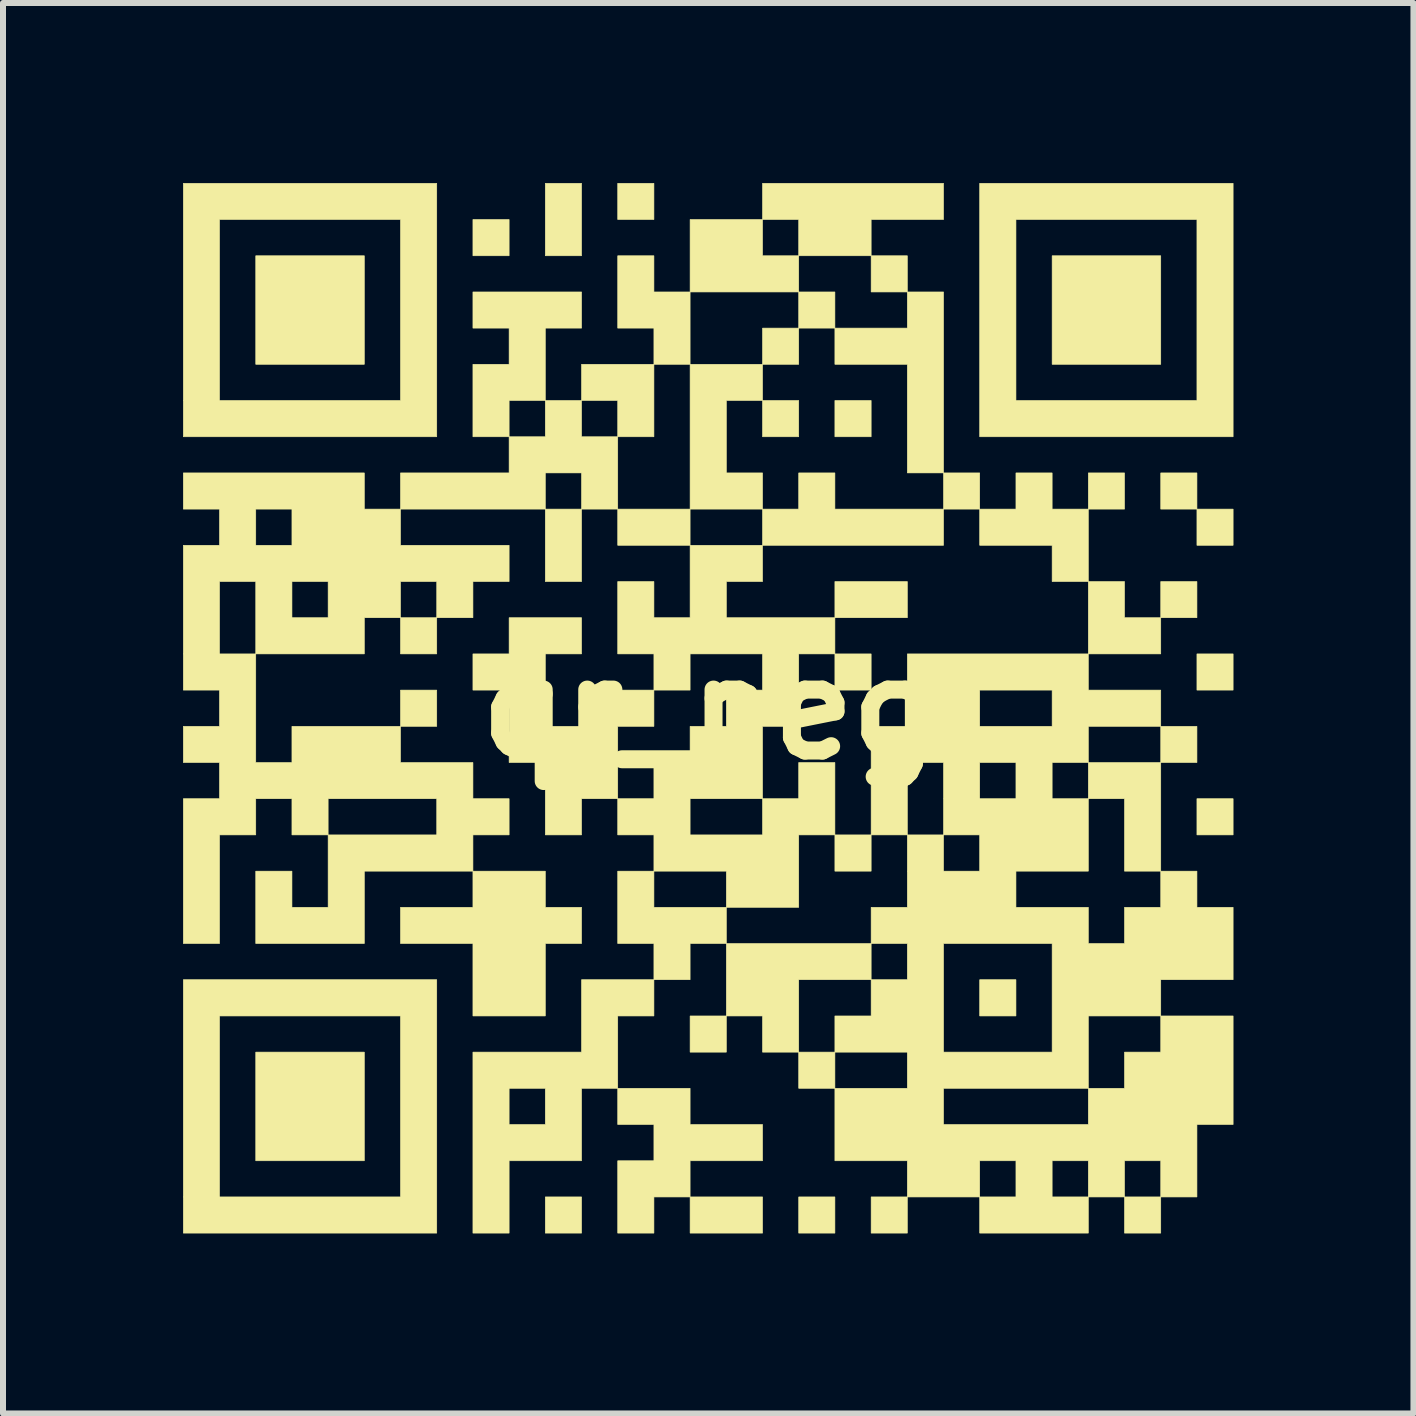
<source format=kicad_pcb>
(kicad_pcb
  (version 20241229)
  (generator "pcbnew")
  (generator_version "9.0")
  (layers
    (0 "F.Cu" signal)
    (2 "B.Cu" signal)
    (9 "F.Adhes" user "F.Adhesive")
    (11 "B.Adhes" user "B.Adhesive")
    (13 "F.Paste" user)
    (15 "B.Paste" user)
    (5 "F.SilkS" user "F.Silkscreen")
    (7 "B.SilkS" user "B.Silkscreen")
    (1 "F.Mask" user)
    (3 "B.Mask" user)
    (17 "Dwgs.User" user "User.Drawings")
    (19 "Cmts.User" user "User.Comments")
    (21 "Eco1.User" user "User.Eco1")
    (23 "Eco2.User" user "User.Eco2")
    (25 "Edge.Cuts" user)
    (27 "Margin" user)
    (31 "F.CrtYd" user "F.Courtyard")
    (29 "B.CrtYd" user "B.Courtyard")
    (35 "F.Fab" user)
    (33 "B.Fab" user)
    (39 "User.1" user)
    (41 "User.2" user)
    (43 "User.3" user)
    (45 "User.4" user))
  (footprint "qr_neg"
    (layer "F.Cu")
    (at 8.768 8.768)
    (property "Reference" "qr_neg" (at 0 0 0) (layer "F.SilkS") (effects (font (size 1.524 1.524) (thickness 0.3))))
    (attr through_hole)
    (fp_poly (pts (xy -5.747 -5.747) (xy -7.556 -5.747) (xy -7.556 -7.556) (xy -5.747 -7.556) (xy -5.747 -5.747)) (stroke (width 0.01) (type solid)) (fill yes) (layer "F.SilkS"))
    (fp_poly (pts (xy -5.747 7.525) (xy -7.556 7.525) (xy -7.556 5.715) (xy -5.747 5.715) (xy -5.747 7.525)) (stroke (width 0.01) (type solid)) (fill yes) (layer "F.SilkS"))
    (fp_poly (pts (xy -5.144 -0.318) (xy -4.54 -0.318) (xy -4.54 0.286) (xy -5.144 0.286) (xy -5.144 -0.318)) (stroke (width 0.01) (type solid)) (fill yes) (layer "F.SilkS"))
    (fp_poly (pts (xy -3.334 -7.556) (xy -3.937 -7.556) (xy -3.937 -8.16) (xy -3.334 -8.16) (xy -3.334 -7.556)) (stroke (width 0.01) (type solid)) (fill yes) (layer "F.SilkS"))
    (fp_poly (pts (xy -2.127 -7.556) (xy -2.731 -7.556) (xy -2.731 -8.763) (xy -2.127 -8.763) (xy -2.127 -7.556)) (stroke (width 0.01) (type solid)) (fill yes) (layer "F.SilkS"))
    (fp_poly (pts (xy -2.127 8.731) (xy -2.731 8.731) (xy -2.731 8.128) (xy -2.127 8.128) (xy -2.127 8.731)) (stroke (width 0.01) (type solid)) (fill yes) (layer "F.SilkS"))
    (fp_poly (pts (xy -1.524 -2.731) (xy -1.524 -3.334) (xy -0.318 -3.334) (xy -0.318 -2.731) (xy -1.524 -2.731)) (stroke (width 0.01) (type solid)) (fill yes) (layer "F.SilkS"))
    (fp_poly (pts (xy -0.921 -8.16) (xy -1.524 -8.16) (xy -1.524 -8.763) (xy -0.921 -8.763) (xy -0.921 -8.16)) (stroke (width 0.01) (type solid)) (fill yes) (layer "F.SilkS"))
    (fp_poly (pts (xy 0.286 5.715) (xy -0.318 5.715) (xy -0.318 5.112) (xy 0.286 5.112) (xy 0.286 5.715)) (stroke (width 0.01) (type solid)) (fill yes) (layer "F.SilkS"))
    (fp_poly (pts (xy 0.889 -6.35) (xy 1.492 -6.35) (xy 1.492 -5.747) (xy 0.889 -5.747) (xy 0.889 -6.35)) (stroke (width 0.01) (type solid)) (fill yes) (layer "F.SilkS"))
    (fp_poly (pts (xy 0.889 8.731) (xy -0.318 8.731) (xy -0.318 8.128) (xy 0.889 8.128) (xy 0.889 8.731)) (stroke (width 0.01) (type solid)) (fill yes) (layer "F.SilkS"))
    (fp_poly (pts (xy 1.492 -6.953) (xy 2.095 -6.953) (xy 2.095 -6.35) (xy 1.492 -6.35) (xy 1.492 -6.953)) (stroke (width 0.01) (type solid)) (fill yes) (layer "F.SilkS"))
    (fp_poly (pts (xy 1.492 -4.54) (xy 0.889 -4.54) (xy 0.889 -5.144) (xy 1.492 -5.144) (xy 1.492 -4.54)) (stroke (width 0.01) (type solid)) (fill yes) (layer "F.SilkS"))
    (fp_poly (pts (xy 2.095 8.731) (xy 1.492 8.731) (xy 1.492 8.128) (xy 2.095 8.128) (xy 2.095 8.731)) (stroke (width 0.01) (type solid)) (fill yes) (layer "F.SilkS"))
    (fp_poly (pts (xy 2.699 -6.953) (xy 2.699 -7.556) (xy 3.302 -7.556) (xy 3.302 -6.953) (xy 2.699 -6.953)) (stroke (width 0.01) (type solid)) (fill yes) (layer "F.SilkS"))
    (fp_poly (pts (xy 2.699 -4.54) (xy 2.095 -4.54) (xy 2.095 -5.144) (xy 2.699 -5.144) (xy 2.699 -4.54)) (stroke (width 0.01) (type solid)) (fill yes) (layer "F.SilkS"))
    (fp_poly (pts (xy 2.699 -0.318) (xy 2.095 -0.318) (xy 2.095 -0.921) (xy 2.699 -0.921) (xy 2.699 -0.318)) (stroke (width 0.01) (type solid)) (fill yes) (layer "F.SilkS"))
    (fp_poly (pts (xy 2.699 2.699) (xy 2.095 2.699) (xy 2.095 2.095) (xy 2.699 2.095) (xy 2.699 2.699)) (stroke (width 0.01) (type solid)) (fill yes) (layer "F.SilkS"))
    (fp_poly (pts (xy 3.302 -1.524) (xy 2.095 -1.524) (xy 2.095 -2.127) (xy 3.302 -2.127) (xy 3.302 -1.524)) (stroke (width 0.01) (type solid)) (fill yes) (layer "F.SilkS"))
    (fp_poly (pts (xy 3.302 8.731) (xy 2.699 8.731) (xy 2.699 8.128) (xy 3.302 8.128) (xy 3.302 8.731)) (stroke (width 0.01) (type solid)) (fill yes) (layer "F.SilkS"))
    (fp_poly (pts (xy 3.905 -3.334) (xy 3.905 -3.937) (xy 4.508 -3.937) (xy 4.508 -3.334) (xy 3.905 -3.334)) (stroke (width 0.01) (type solid)) (fill yes) (layer "F.SilkS"))
    (fp_poly (pts (xy 5.112 5.112) (xy 4.508 5.112) (xy 4.508 4.508) (xy 5.112 4.508) (xy 5.112 5.112)) (stroke (width 0.01) (type solid)) (fill yes) (layer "F.SilkS"))
    (fp_poly (pts (xy 6.318 -3.937) (xy 6.921 -3.937) (xy 6.921 -3.334) (xy 6.318 -3.334) (xy 6.318 -3.937)) (stroke (width 0.01) (type solid)) (fill yes) (layer "F.SilkS"))
    (fp_poly (pts (xy 7.525 -5.747) (xy 5.715 -5.747) (xy 5.715 -7.556) (xy 7.525 -7.556) (xy 7.525 -5.747)) (stroke (width 0.01) (type solid)) (fill yes) (layer "F.SilkS"))
    (fp_poly (pts (xy 7.525 -3.334) (xy 7.525 -3.937) (xy 8.128 -3.937) (xy 8.128 -3.334) (xy 7.525 -3.334)) (stroke (width 0.01) (type solid)) (fill yes) (layer "F.SilkS"))
    (fp_poly (pts (xy 7.525 -2.127) (xy 8.128 -2.127) (xy 8.128 -1.524) (xy 7.525 -1.524) (xy 7.525 -2.127)) (stroke (width 0.01) (type solid)) (fill yes) (layer "F.SilkS"))
    (fp_poly (pts (xy 7.525 0.286) (xy 8.128 0.286) (xy 8.128 0.889) (xy 7.525 0.889) (xy 7.525 0.286)) (stroke (width 0.01) (type solid)) (fill yes) (layer "F.SilkS"))
    (fp_poly (pts (xy 8.731 -3.334) (xy 8.731 -2.731) (xy 8.128 -2.731) (xy 8.128 -3.334) (xy 8.731 -3.334)) (stroke (width 0.01) (type solid)) (fill yes) (layer "F.SilkS"))
    (fp_poly (pts (xy 8.731 -0.318) (xy 8.128 -0.318) (xy 8.128 -0.921) (xy 8.731 -0.921) (xy 8.731 -0.318)) (stroke (width 0.01) (type solid)) (fill yes) (layer "F.SilkS"))
    (fp_poly (pts (xy 8.731 2.095) (xy 8.128 2.095) (xy 8.128 1.492) (xy 8.731 1.492) (xy 8.731 2.095)) (stroke (width 0.01) (type solid)) (fill yes) (layer "F.SilkS"))
    (fp_poly (pts (xy -2.127 -5.747) (xy -0.921 -5.747) (xy -0.921 -4.54) (xy -1.524 -4.54) (xy -1.524 -5.144) (xy -2.127 -5.144) (xy -2.127 -5.747)) (stroke (width 0.01) (type solid)) (fill yes) (layer "F.SilkS"))
    (fp_poly (pts (xy -0.318 -8.16) (xy 0.889 -8.16) (xy 0.889 -7.556) (xy 1.492 -7.556) (xy 1.492 -6.953) (xy -0.318 -6.953) (xy -0.318 -8.16)) (stroke (width 0.01) (type solid)) (fill yes) (layer "F.SilkS"))
    (fp_poly (pts (xy 7.525 -0.921) (xy 6.318 -0.921) (xy 6.318 -2.127) (xy 6.921 -2.127) (xy 6.921 -1.524) (xy 7.525 -1.524) (xy 7.525 -0.921)) (stroke (width 0.01) (type solid)) (fill yes) (layer "F.SilkS"))
    (fp_poly (pts (xy 7.525 2.699) (xy 6.921 2.699) (xy 6.921 1.492) (xy 6.318 1.492) (xy 6.318 0.889) (xy 7.525 0.889) (xy 7.525 2.699)) (stroke (width 0.01) (type solid)) (fill yes) (layer "F.SilkS"))
    (fp_poly (pts (xy -0.921 -6.35) (xy -1.524 -6.35) (xy -1.524 -7.556) (xy -0.921 -7.556) (xy -0.921 -6.953) (xy -0.318 -6.953) (xy -0.318 -5.747) (xy -0.921 -5.747) (xy -0.921 -6.35)) (stroke (width 0.01) (type solid)) (fill yes) (layer "F.SilkS"))
    (fp_poly (pts (xy -0.318 -3.334) (xy -0.318 -5.747) (xy 0.889 -5.747) (xy 0.889 -5.144) (xy 0.286 -5.144) (xy 0.286 -3.937) (xy 0.889 -3.937) (xy 0.889 -3.334) (xy -0.318 -3.334)) (stroke (width 0.01) (type solid)) (fill yes) (layer "F.SilkS"))
    (fp_poly (pts (xy 1.492 -7.556) (xy 1.492 -8.16) (xy 0.889 -8.16) (xy 0.889 -8.763) (xy 3.905 -8.763) (xy 3.905 -8.16) (xy 2.699 -8.16) (xy 2.699 -7.556) (xy 1.492 -7.556)) (stroke (width 0.01) (type solid)) (fill yes) (layer "F.SilkS"))
    (fp_poly (pts (xy 1.492 -3.334) (xy 1.492 -3.937) (xy 2.095 -3.937) (xy 2.095 -3.334) (xy 3.905 -3.334) (xy 3.905 -2.731) (xy 0.889 -2.731) (xy 0.889 -3.334) (xy 1.492 -3.334)) (stroke (width 0.01) (type solid)) (fill yes) (layer "F.SilkS"))
    (fp_poly (pts (xy 3.302 -3.937) (xy 3.302 -5.747) (xy 2.095 -5.747) (xy 2.095 -6.35) (xy 3.302 -6.35) (xy 3.302 -6.953) (xy 3.905 -6.953) (xy 3.905 -3.937) (xy 3.302 -3.937)) (stroke (width 0.01) (type solid)) (fill yes) (layer "F.SilkS"))
    (fp_poly (pts (xy -0.921 3.905) (xy -1.524 3.905) (xy -1.524 2.699) (xy -0.921 2.699) (xy -0.921 3.302) (xy 0.286 3.302) (xy 0.286 3.905) (xy -0.318 3.905) (xy -0.318 4.508) (xy -0.921 4.508) (xy -0.921 3.905)) (stroke (width 0.01) (type solid)) (fill yes) (layer "F.SilkS"))
    (fp_poly (pts (xy 6.318 -2.127) (xy 5.715 -2.127) (xy 5.715 -2.731) (xy 4.508 -2.731) (xy 4.508 -3.334) (xy 5.112 -3.334) (xy 5.112 -3.937) (xy 5.715 -3.937) (xy 5.715 -3.334) (xy 6.318 -3.334) (xy 6.318 -2.127)) (stroke (width 0.01) (type solid)) (fill yes) (layer "F.SilkS"))
    (fp_poly (pts (xy -4.54 -4.54) (xy -8.763 -4.54) (xy -8.763 -8.16) (xy -8.16 -8.16) (xy -8.16 -5.144) (xy -5.144 -5.144) (xy -5.144 -8.16) (xy -8.16 -8.16) (xy -8.763 -8.16) (xy -8.763 -8.763) (xy -4.54 -8.763) (xy -4.54 -4.54)) (stroke (width 0.01) (type solid)) (fill yes) (layer "F.SilkS"))
    (fp_poly (pts (xy -4.54 8.731) (xy -8.763 8.731) (xy -8.763 5.112) (xy -8.16 5.112) (xy -8.16 8.128) (xy -5.144 8.128) (xy -5.144 5.112) (xy -8.16 5.112) (xy -8.763 5.112) (xy -8.763 4.508) (xy -4.54 4.508) (xy -4.54 8.731)) (stroke (width 0.01) (type solid)) (fill yes) (layer "F.SilkS"))
    (fp_poly (pts (xy 8.731 -4.54) (xy 4.508 -4.54) (xy 4.508 -8.16) (xy 5.112 -8.16) (xy 5.112 -5.144) (xy 8.128 -5.144) (xy 8.128 -8.16) (xy 5.112 -8.16) (xy 4.508 -8.16) (xy 4.508 -8.763) (xy 8.731 -8.763) (xy 8.731 -4.54)) (stroke (width 0.01) (type solid)) (fill yes) (layer "F.SilkS"))
    (fp_poly (pts (xy -2.731 3.302) (xy -2.127 3.302) (xy -2.127 3.905) (xy -2.731 3.905) (xy -2.731 5.112) (xy -3.937 5.112) (xy -3.937 3.905) (xy -5.144 3.905) (xy -5.144 3.302) (xy -3.937 3.302) (xy -3.937 2.699) (xy -2.731 2.699) (xy -2.731 3.302)) (stroke (width 0.01) (type solid)) (fill yes) (layer "F.SilkS"))
    (fp_poly (pts (xy -0.318 6.921) (xy 0.889 6.921) (xy 0.889 7.525) (xy -0.318 7.525) (xy -0.318 8.128) (xy -0.921 8.128) (xy -0.921 8.731) (xy -1.524 8.731) (xy -1.524 7.525) (xy -0.921 7.525) (xy -0.921 6.921) (xy -1.524 6.921) (xy -1.524 6.318) (xy -0.318 6.318) (xy -0.318 6.921)) (stroke (width 0.01) (type solid)) (fill yes) (layer "F.SilkS"))
    (fp_poly (pts (xy -0.921 5.112) (xy -1.524 5.112) (xy -1.524 6.318) (xy -2.127 6.318) (xy -2.127 7.525) (xy -3.334 7.525) (xy -3.334 8.731) (xy -3.937 8.731) (xy -3.937 6.318) (xy -3.334 6.318) (xy -3.334 6.921) (xy -2.731 6.921) (xy -2.731 6.318) (xy -3.334 6.318) (xy -3.937 6.318) (xy -3.937 5.715) (xy -2.127 5.715) (xy -2.127 4.508) (xy -0.921 4.508) (xy -0.921 5.112)) (stroke (width 0.01) (type solid)) (fill yes) (layer "F.SilkS"))
    (fp_poly (pts (xy -5.144 -3.937) (xy -3.334 -3.937) (xy -2.731 -3.937) (xy -2.731 -3.334) (xy -2.127 -3.334) (xy -2.127 -3.937) (xy -2.731 -3.937) (xy -3.334 -3.937) (xy -3.334 -4.54) (xy -3.937 -4.54) (xy -3.937 -5.144) (xy -3.334 -5.144) (xy -3.334 -4.54) (xy -2.731 -4.54) (xy -2.731 -5.144) (xy -3.334 -5.144) (xy -3.937 -5.144) (xy -3.937 -5.747) (xy -3.334 -5.747) (xy -3.334 -6.35) (xy -3.937 -6.35) (xy -3.937 -6.953) (xy -2.127 -6.953) (xy -2.127 -6.35) (xy -2.731 -6.35) (xy -2.731 -5.144) (xy -2.127 -5.144) (xy -2.127 -4.54) (xy -1.524 -4.54) (xy -1.524 -3.334) (xy -2.127 -3.334) (xy -2.127 -2.127) (xy -2.731 -2.127) (xy -2.731 -3.334) (xy -5.144 -3.334) (xy -5.144 -3.937)) (stroke (width 0.01) (type solid)) (fill yes) (layer "F.SilkS"))
    (fp_poly (pts (xy 1.492 1.492) (xy 1.492 0.889) (xy 2.095 0.889) (xy 2.095 2.095) (xy 1.492 2.095) (xy 1.492 3.302) (xy 0.286 3.302) (xy 0.286 2.699) (xy -0.921 2.699) (xy -0.921 2.095) (xy -1.524 2.095) (xy -1.524 1.492) (xy -2.127 1.492) (xy -2.127 2.095) (xy -2.731 2.095) (xy -2.731 0.889) (xy -3.334 0.889) (xy -3.334 -0.318) (xy -3.937 -0.318) (xy -3.937 -0.921) (xy -3.334 -0.921) (xy -3.334 -1.524) (xy -2.127 -1.524) (xy -2.127 -0.921) (xy -2.731 -0.921) (xy -2.731 0.286) (xy -2.127 0.286) (xy -1.524 0.286) (xy -1.524 1.492) (xy -0.921 1.492) (xy -0.318 1.492) (xy -0.318 2.095) (xy 0.889 2.095) (xy 0.889 1.492) (xy -0.318 1.492) (xy -0.921 1.492) (xy -0.921 0.889) (xy -0.318 0.889) (xy -0.318 0.286) (xy 0.286 0.286) (xy 0.286 -0.318) (xy 0.889 -0.318) (xy 0.889 -0.921) (xy -0.318 -0.921) (xy -0.318 -0.318) (xy -0.921 -0.318) (xy -0.921 0.286) (xy -1.524 0.286) (xy -2.127 0.286) (xy -2.127 -0.318) (xy -0.921 -0.318) (xy -0.921 -0.921) (xy -1.524 -0.921) (xy -1.524 -2.127) (xy -0.921 -2.127) (xy -0.921 -1.524) (xy -0.318 -1.524) (xy -0.318 -2.731) (xy 0.889 -2.731) (xy 0.889 -2.127) (xy 0.286 -2.127) (xy 0.286 -1.524) (xy 2.095 -1.524) (xy 2.095 -0.921) (xy 1.492 -0.921) (xy 1.492 0.286) (xy 0.889 0.286) (xy 0.889 1.492) (xy 1.492 1.492)) (stroke (width 0.01) (type solid)) (fill yes) (layer "F.SilkS"))
    (fp_poly (pts (xy -5.144 0.889) (xy -3.937 0.889) (xy -3.937 1.492) (xy -3.334 1.492) (xy -3.334 2.095) (xy -3.937 2.095) (xy -3.937 2.699) (xy -5.747 2.699) (xy -5.747 3.905) (xy -7.556 3.905) (xy -7.556 2.699) (xy -6.953 2.699) (xy -6.953 3.302) (xy -6.35 3.302) (xy -6.35 2.095) (xy -6.953 2.095) (xy -6.953 1.492) (xy -6.35 1.492) (xy -6.35 2.095) (xy -4.54 2.095) (xy -4.54 1.492) (xy -6.35 1.492) (xy -6.953 1.492) (xy -7.556 1.492) (xy -7.556 2.095) (xy -8.16 2.095) (xy -8.16 3.905) (xy -8.763 3.905) (xy -8.763 1.492) (xy -8.16 1.492) (xy -8.16 0.889) (xy -8.763 0.889) (xy -8.763 0.286) (xy -8.16 0.286) (xy -8.16 -0.318) (xy -8.763 -0.318) (xy -8.763 -2.127) (xy -8.16 -2.127) (xy -8.16 -0.921) (xy -7.556 -0.921) (xy -7.556 -2.127) (xy -6.953 -2.127) (xy -6.953 -1.524) (xy -6.35 -1.524) (xy -6.35 -2.127) (xy -5.144 -2.127) (xy -5.144 -1.524) (xy -4.54 -1.524) (xy -4.54 -2.127) (xy -5.144 -2.127) (xy -6.35 -2.127) (xy -6.953 -2.127) (xy -7.556 -2.127) (xy -8.16 -2.127) (xy -8.763 -2.127) (xy -8.763 -2.731) (xy -8.16 -2.731) (xy -8.16 -3.334) (xy -7.556 -3.334) (xy -7.556 -2.731) (xy -6.953 -2.731) (xy -6.953 -3.334) (xy -7.556 -3.334) (xy -8.16 -3.334) (xy -8.763 -3.334) (xy -8.763 -3.937) (xy -5.747 -3.937) (xy -5.747 -3.334) (xy -5.144 -3.334) (xy -5.144 -2.731) (xy -3.334 -2.731) (xy -3.334 -2.127) (xy -3.937 -2.127) (xy -3.937 -1.524) (xy -4.54 -1.524) (xy -4.54 -0.921) (xy -5.144 -0.921) (xy -5.144 -1.524) (xy -5.747 -1.524) (xy -5.747 -0.921) (xy -7.556 -0.921) (xy -7.556 0.889) (xy -6.953 0.889) (xy -6.953 0.286) (xy -5.144 0.286) (xy -5.144 0.889)) (stroke (width 0.01) (type solid)) (fill yes) (layer "F.SilkS"))
    (fp_poly (pts (xy 8.128 2.699) (xy 8.128 3.302) (xy 8.731 3.302) (xy 8.731 4.508) (xy 7.525 4.508) (xy 7.525 5.112) (xy 8.731 5.112) (xy 8.731 6.921) (xy 8.128 6.921) (xy 8.128 8.128) (xy 7.525 8.128) (xy 7.525 8.731) (xy 6.921 8.731) (xy 6.921 8.128) (xy 6.318 8.128) (xy 6.318 8.731) (xy 4.508 8.731) (xy 4.508 8.128) (xy 3.302 8.128) (xy 3.302 7.525) (xy 4.508 7.525) (xy 4.508 8.128) (xy 5.112 8.128) (xy 5.112 7.525) (xy 5.715 7.525) (xy 5.715 8.128) (xy 6.318 8.128) (xy 6.318 7.525) (xy 6.921 7.525) (xy 6.921 8.128) (xy 7.525 8.128) (xy 7.525 7.525) (xy 6.921 7.525) (xy 6.318 7.525) (xy 5.715 7.525) (xy 5.112 7.525) (xy 4.508 7.525) (xy 3.302 7.525) (xy 2.095 7.525) (xy 2.095 6.318) (xy 3.302 6.318) (xy 3.905 6.318) (xy 3.905 6.921) (xy 6.318 6.921) (xy 6.318 6.318) (xy 3.905 6.318) (xy 3.302 6.318) (xy 3.302 5.715) (xy 2.095 5.715) (xy 2.095 6.318) (xy 1.492 6.318) (xy 1.492 5.715) (xy 0.889 5.715) (xy 0.889 5.112) (xy 0.286 5.112) (xy 0.286 4.508) (xy 1.492 4.508) (xy 1.492 5.715) (xy 2.095 5.715) (xy 2.095 5.112) (xy 2.699 5.112) (xy 2.699 4.508) (xy 1.492 4.508) (xy 0.286 4.508) (xy 0.286 3.905) (xy 2.699 3.905) (xy 2.699 4.508) (xy 3.302 4.508) (xy 3.302 3.905) (xy 3.905 3.905) (xy 3.905 5.715) (xy 5.715 5.715) (xy 5.715 5.112) (xy 6.318 5.112) (xy 6.318 6.318) (xy 6.921 6.318) (xy 6.921 5.715) (xy 7.525 5.715) (xy 7.525 5.112) (xy 6.318 5.112) (xy 5.715 5.112) (xy 5.715 3.905) (xy 3.905 3.905) (xy 3.302 3.905) (xy 2.699 3.905) (xy 2.699 3.302) (xy 3.302 3.302) (xy 3.302 2.095) (xy 2.699 2.095) (xy 2.699 0.889) (xy 3.302 0.889) (xy 3.302 2.095) (xy 3.905 2.095) (xy 3.905 2.699) (xy 4.508 2.699) (xy 4.508 2.095) (xy 3.905 2.095) (xy 3.905 0.889) (xy 4.508 0.889) (xy 4.508 1.492) (xy 5.112 1.492) (xy 5.112 0.889) (xy 4.508 0.889) (xy 3.905 0.889) (xy 3.302 0.889) (xy 2.699 0.889) (xy 2.699 0.286) (xy 3.302 0.286) (xy 3.302 -0.318) (xy 4.508 -0.318) (xy 4.508 0.286) (xy 5.715 0.286) (xy 5.715 -0.318) (xy 4.508 -0.318) (xy 3.302 -0.318) (xy 3.302 -0.921) (xy 6.318 -0.921) (xy 6.318 -0.318) (xy 7.525 -0.318) (xy 7.525 0.286) (xy 6.318 0.286) (xy 6.318 0.889) (xy 5.715 0.889) (xy 5.715 1.492) (xy 6.318 1.492) (xy 6.318 2.699) (xy 5.112 2.699) (xy 5.112 3.302) (xy 6.318 3.302) (xy 6.318 3.905) (xy 6.921 3.905) (xy 6.921 3.302) (xy 7.525 3.302) (xy 7.525 2.699) (xy 8.128 2.699)) (stroke (width 0.01) (type solid)) (fill yes) (layer "F.SilkS")))
  (gr_rect
    (start -3 -3)
    (end 20.504 20.504)
    (stroke (width 0.1) (type default))
    (fill no)
    (layer "Edge.Cuts")))
</source>
